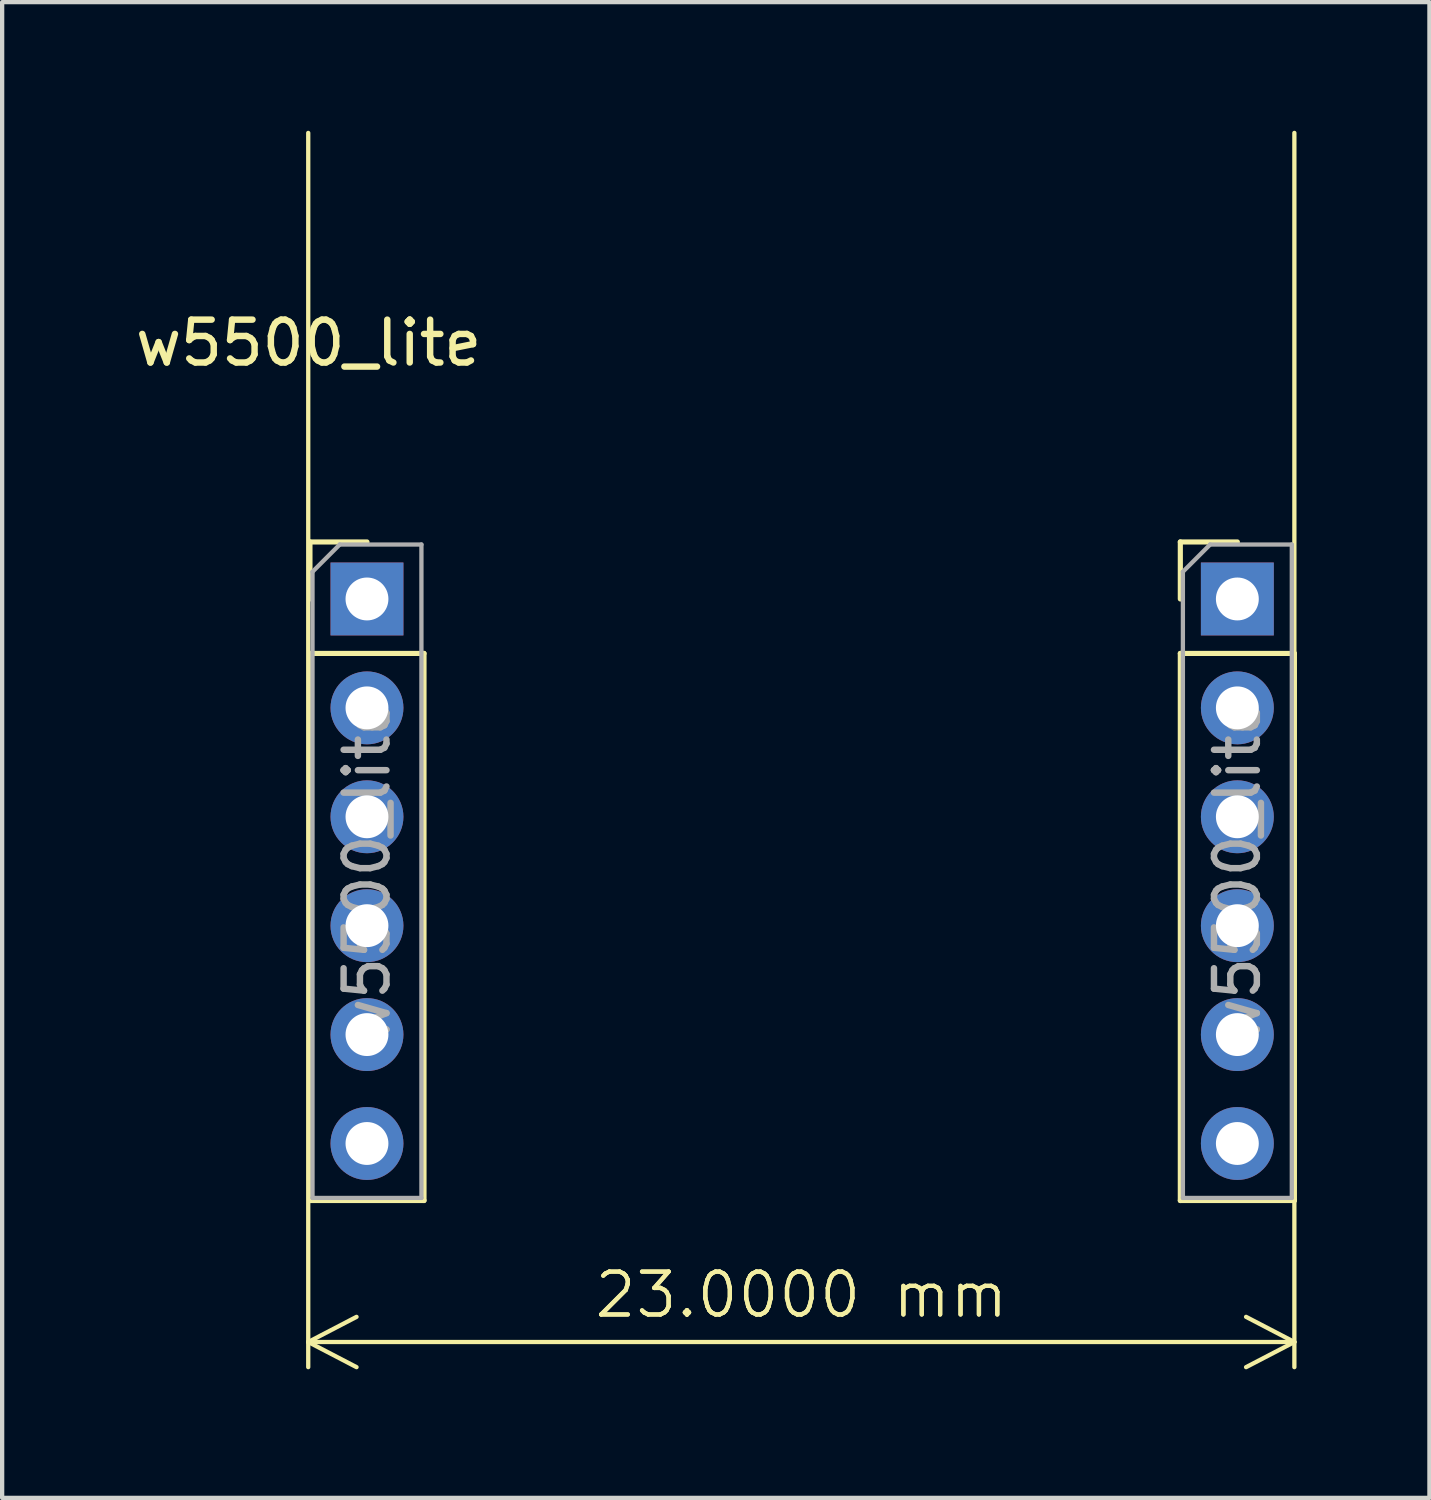
<source format=kicad_pcb>
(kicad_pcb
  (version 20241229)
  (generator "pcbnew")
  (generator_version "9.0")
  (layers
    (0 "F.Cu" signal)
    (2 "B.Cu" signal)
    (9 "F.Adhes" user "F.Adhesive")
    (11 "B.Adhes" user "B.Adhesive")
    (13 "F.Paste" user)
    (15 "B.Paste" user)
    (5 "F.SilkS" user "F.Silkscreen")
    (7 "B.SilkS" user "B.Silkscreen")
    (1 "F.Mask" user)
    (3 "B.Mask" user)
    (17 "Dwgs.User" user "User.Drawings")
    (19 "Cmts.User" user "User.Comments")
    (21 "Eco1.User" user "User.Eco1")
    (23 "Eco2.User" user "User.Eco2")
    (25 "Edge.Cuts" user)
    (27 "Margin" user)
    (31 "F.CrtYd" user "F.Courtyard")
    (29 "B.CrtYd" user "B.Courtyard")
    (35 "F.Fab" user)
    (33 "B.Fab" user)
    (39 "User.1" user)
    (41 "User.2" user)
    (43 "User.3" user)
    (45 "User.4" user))
  (footprint "w5500_lite"
    (layer "F.Cu")
    (at 4.139 9.65)
    (property "Reference" "w5500_lite" (at 0.01 -4.7 0) (layer "F.SilkS") (effects (font (size 1 1) (thickness 0.15))))
    (attr through_hole)
    (fp_line (start 0.04 -0.06) (end 1.37 -0.06) (stroke (width 0.12) (type solid)) (layer "F.SilkS"))
    (fp_line (start 0.04 1.27) (end 0.04 -0.06) (stroke (width 0.12) (type solid)) (layer "F.SilkS"))
    (fp_line (start 0.04 2.54) (end 0.04 15.3) (stroke (width 0.12) (type solid)) (layer "F.SilkS"))
    (fp_line (start 0.04 2.54) (end 2.7 2.54) (stroke (width 0.12) (type solid)) (layer "F.SilkS"))
    (fp_line (start 0.04 15.3) (end 2.7 15.3) (stroke (width 0.12) (type solid)) (layer "F.SilkS"))
    (fp_line (start 2.7 2.54) (end 2.7 15.3) (stroke (width 0.12) (type solid)) (layer "F.SilkS"))
    (fp_line (start 20.34 -0.06) (end 21.67 -0.06) (stroke (width 0.12) (type solid)) (layer "F.SilkS"))
    (fp_line (start 20.34 1.27) (end 20.34 -0.06) (stroke (width 0.12) (type solid)) (layer "F.SilkS"))
    (fp_line (start 20.34 2.54) (end 20.34 15.3) (stroke (width 0.12) (type solid)) (layer "F.SilkS"))
    (fp_line (start 20.34 2.54) (end 23 2.54) (stroke (width 0.12) (type solid)) (layer "F.SilkS"))
    (fp_line (start 20.34 15.3) (end 23 15.3) (stroke (width 0.12) (type solid)) (layer "F.SilkS"))
    (fp_line (start 23 2.54) (end 23 15.3) (stroke (width 0.12) (type solid)) (layer "F.SilkS"))
    (fp_line (start 0 0) (end 23.1 0) (stroke (width 0.1) (type default)) (layer "Margin"))
    (fp_line (start 0 15.5) (end 0 0) (stroke (width 0.1) (type default)) (layer "Margin"))
    (fp_line (start 23.1 0) (end 23.1 15.5) (stroke (width 0.1) (type default)) (layer "Margin"))
    (fp_line (start 23.1 15.5) (end 0 15.5) (stroke (width 0.1) (type default)) (layer "Margin"))
    (fp_line (start 0.1 0.635) (end 0.735 0) (stroke (width 0.1) (type solid)) (layer "F.Fab"))
    (fp_line (start 0.1 15.24) (end 0.1 0.635) (stroke (width 0.1) (type solid)) (layer "F.Fab"))
    (fp_line (start 0.735 0) (end 2.64 0) (stroke (width 0.1) (type solid)) (layer "F.Fab"))
    (fp_line (start 2.64 0) (end 2.64 15.24) (stroke (width 0.1) (type solid)) (layer "F.Fab"))
    (fp_line (start 2.64 15.24) (end 0.1 15.24) (stroke (width 0.1) (type solid)) (layer "F.Fab"))
    (fp_line (start 20.4 0.635) (end 21.035 0) (stroke (width 0.1) (type solid)) (layer "F.Fab"))
    (fp_line (start 20.4 15.24) (end 20.4 0.635) (stroke (width 0.1) (type solid)) (layer "F.Fab"))
    (fp_line (start 21.035 0) (end 22.94 0) (stroke (width 0.1) (type solid)) (layer "F.Fab"))
    (fp_line (start 22.94 0) (end 22.94 15.24) (stroke (width 0.1) (type solid)) (layer "F.Fab"))
    (fp_line (start 22.94 15.24) (end 20.4 15.24) (stroke (width 0.1) (type solid)) (layer "F.Fab"))
    (fp_text user "${REFERENCE}" (at 21.67 7.62 90) (layer "F.Fab") (effects (font (size 1 1) (thickness 0.15))))
    (fp_text user "${REFERENCE}" (at 1.37 7.62 90) (layer "F.Fab") (effects (font (size 1 1) (thickness 0.15))))
    (dimension (type aligned) (layer "F.SilkS") (pts (xy 4.139 -0.45) (xy 27.139 -0.45)) (height 28.7) (format (prefix "") (suffix "") (units 3) (units_format 1) (precision 4)) (style (thickness 0.1) (arrow_length 1.27) (text_position_mode 0) (arrow_direction outward) (extension_height 0.586) (extension_offset 0.5) (keep_text_aligned yes)) (gr_text "23.0000 mm" (at 15.639 27.15 0) (layer "F.SilkS") (effects (font (size 1 1) (thickness 0.1)))))
    (pad "1" thru_hole rect (at 1.37 1.27) (size 1.7 1.7) (drill 1) (layers "*.Cu" "*.Mask"))
    (pad "2" thru_hole oval (at 1.37 3.81) (size 1.7 1.7) (drill 1) (layers "*.Cu" "*.Mask"))
    (pad "3" thru_hole oval (at 1.37 6.35) (size 1.7 1.7) (drill 1) (layers "*.Cu" "*.Mask"))
    (pad "4" thru_hole oval (at 1.37 8.89) (size 1.7 1.7) (drill 1) (layers "*.Cu" "*.Mask"))
    (pad "5" thru_hole oval (at 1.37 11.43) (size 1.7 1.7) (drill 1) (layers "*.Cu" "*.Mask"))
    (pad "6" thru_hole oval (at 1.37 13.97) (size 1.7 1.7) (drill 1) (layers "*.Cu" "*.Mask"))
    (pad "7" thru_hole oval (at 21.67 13.97) (size 1.7 1.7) (drill 1) (layers "*.Cu" "*.Mask"))
    (pad "8" thru_hole oval (at 21.67 11.43) (size 1.7 1.7) (drill 1) (layers "*.Cu" "*.Mask"))
    (pad "9" thru_hole oval (at 21.67 8.89) (size 1.7 1.7) (drill 1) (layers "*.Cu" "*.Mask"))
    (pad "10" thru_hole oval (at 21.67 6.35) (size 1.7 1.7) (drill 1) (layers "*.Cu" "*.Mask"))
    (pad "11" thru_hole oval (at 21.67 3.81) (size 1.7 1.7) (drill 1) (layers "*.Cu" "*.Mask"))
    (pad "12" thru_hole rect (at 21.67 1.27) (size 1.7 1.7) (drill 1) (layers "*.Cu" "*.Mask")))
  (gr_rect
    (start -3 -3)
    (end 30.289 31.886)
    (stroke (width 0.1) (type default))
    (fill no)
    (layer "Edge.Cuts")))
</source>
